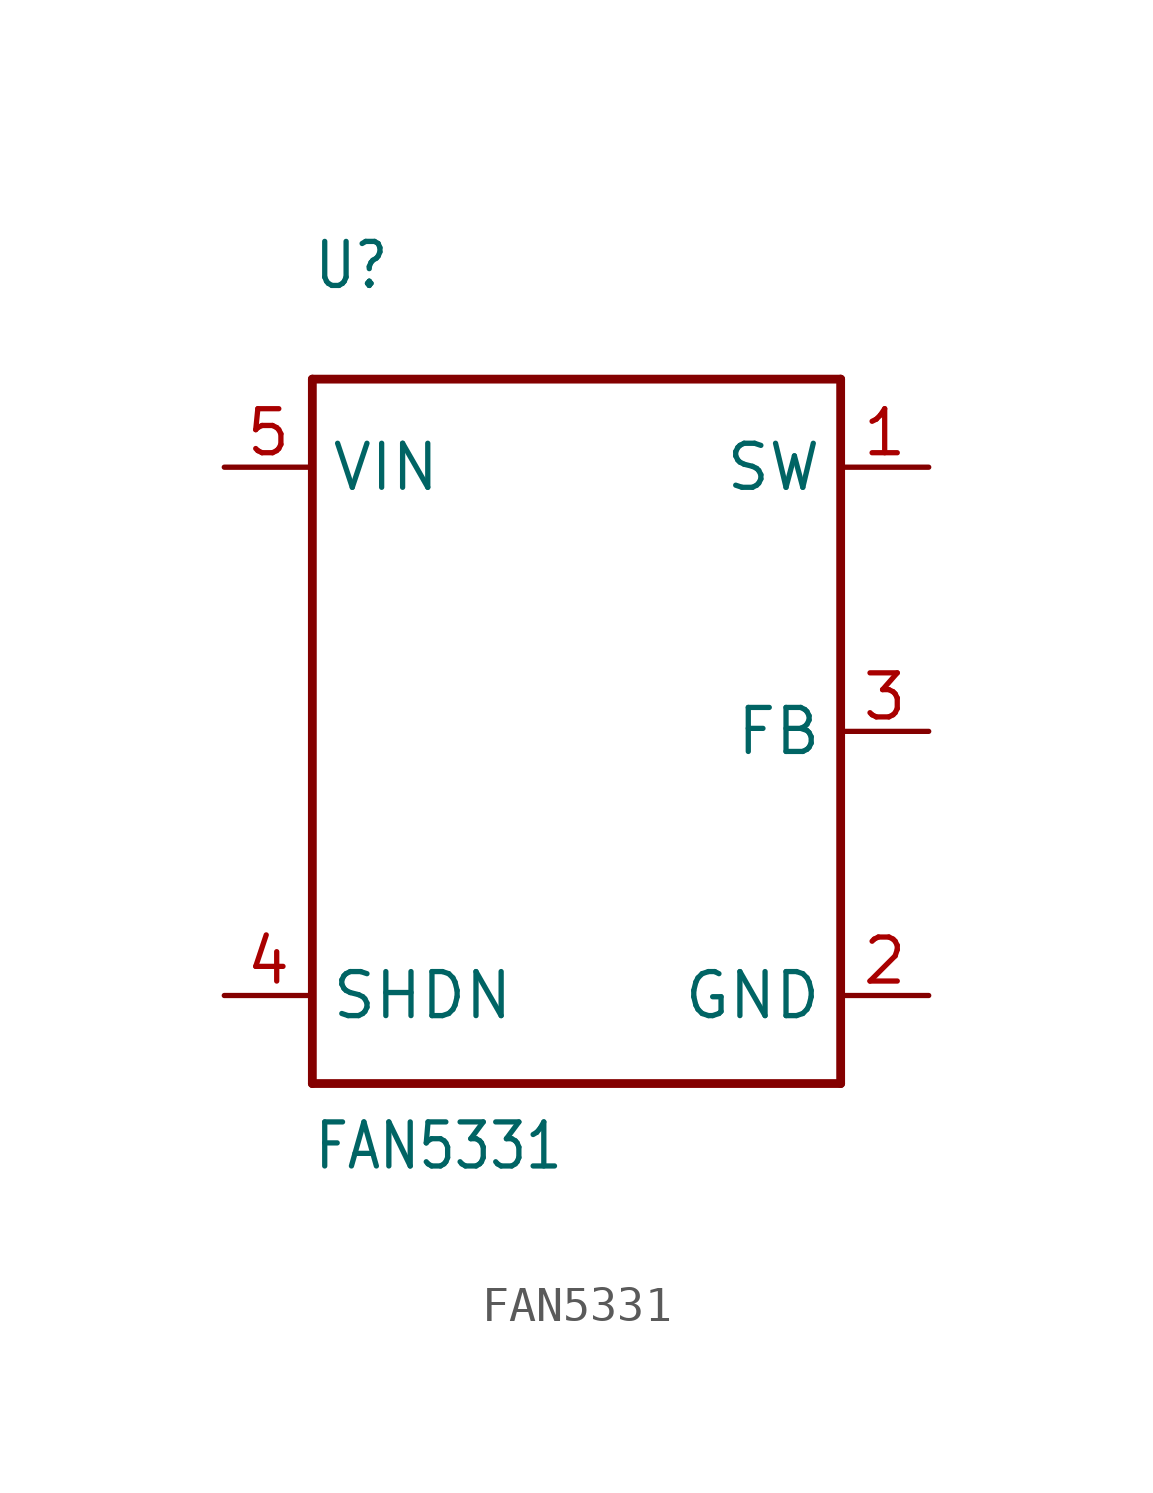
<source format=kicad_sym>
(kicad_symbol_lib
  (version 20211014)
  (generator kicad_symbol_editor)
  (symbol "FAN5331"
    (property "Reference" "U"
      (at -7.62 12.7 0)
      (effects (font (size 1.27 1.079)) (justify left bottom)))
    (property "Value" "FAN5331"
      (at -7.62 -12.7 0)
      (effects (font (size 1.27 1.079)) (justify left bottom)))
    (property "ki_locked" ""
      (at 0 0 0)
      (effects (font (size 1.27 1.27))))
    (symbol "FAN5331_1_0"
      (polyline (pts (xy -7.62 -10.16) (xy -7.62 10.16)) (stroke (width 0.254) (type default) (color 0 0 0 0)) (fill (type none)))
      (polyline (pts (xy -7.62 10.16) (xy 7.62 10.16)) (stroke (width 0.254) (type default) (color 0 0 0 0)) (fill (type none)))
      (polyline (pts (xy 7.62 -10.16) (xy -7.62 -10.16)) (stroke (width 0.254) (type default) (color 0 0 0 0)) (fill (type none)))
      (polyline (pts (xy 7.62 10.16) (xy 7.62 -10.16)) (stroke (width 0.254) (type default) (color 0 0 0 0)) (fill (type none)))
      (pin bidirectional line (at 10.16 7.62 180) (length 2.54) (name "SW" (effects (font (size 1.27 1.27)))) (number "1" (effects (font (size 1.27 1.27)))))
      (pin bidirectional line (at 10.16 -7.62 180) (length 2.54) (name "GND" (effects (font (size 1.27 1.27)))) (number "2" (effects (font (size 1.27 1.27)))))
      (pin bidirectional line (at 10.16 0 180) (length 2.54) (name "FB" (effects (font (size 1.27 1.27)))) (number "3" (effects (font (size 1.27 1.27)))))
      (pin bidirectional line (at -10.16 -7.62 0) (length 2.54) (name "SHDN" (effects (font (size 1.27 1.27)))) (number "4" (effects (font (size 1.27 1.27)))))
      (pin bidirectional line (at -10.16 7.62 0) (length 2.54) (name "VIN" (effects (font (size 1.27 1.27)))) (number "5" (effects (font (size 1.27 1.27))))))))
</source>
